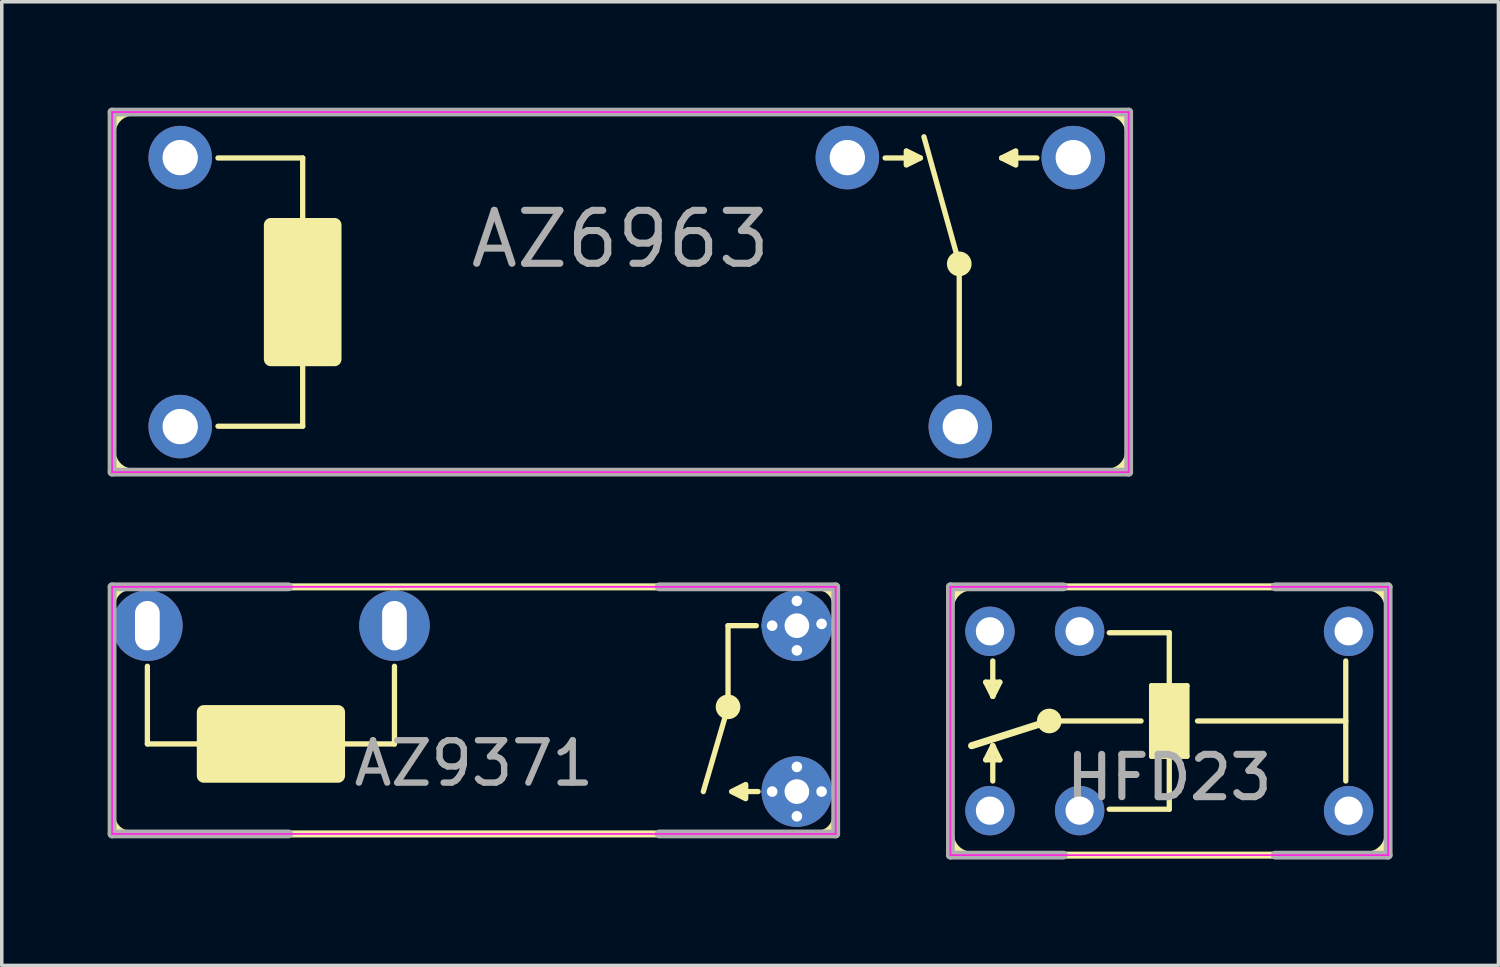
<source format=kicad_pcb>
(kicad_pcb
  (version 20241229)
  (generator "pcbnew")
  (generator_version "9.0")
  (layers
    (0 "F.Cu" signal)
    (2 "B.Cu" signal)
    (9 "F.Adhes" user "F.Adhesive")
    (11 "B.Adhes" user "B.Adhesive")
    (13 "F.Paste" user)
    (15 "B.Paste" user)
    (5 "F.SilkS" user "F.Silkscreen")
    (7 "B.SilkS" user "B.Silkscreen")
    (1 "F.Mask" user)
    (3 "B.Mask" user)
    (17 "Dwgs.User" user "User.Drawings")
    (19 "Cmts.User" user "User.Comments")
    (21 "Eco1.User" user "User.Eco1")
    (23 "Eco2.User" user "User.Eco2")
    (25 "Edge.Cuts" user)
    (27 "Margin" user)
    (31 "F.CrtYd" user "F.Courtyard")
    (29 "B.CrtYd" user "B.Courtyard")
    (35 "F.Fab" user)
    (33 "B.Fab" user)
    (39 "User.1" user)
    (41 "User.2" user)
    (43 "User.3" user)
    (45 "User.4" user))
  (footprint "AZ6963"
    (layer "F.Cu")
    (at 14.525 5.225)
    (property "Reference" "AZ6963" (at 0 -1.5 180) (layer "F.Fab") (effects (font (size 1.5 1.5) (thickness 0.2))))
    (attr through_hole)
    (fp_line (start -14.4 4.5) (end -14.4 -4.5) (stroke (width 0.2) (type solid)) (layer "F.SilkS"))
    (fp_line (start -13.8 5.1) (end 13.8 5.1) (stroke (width 0.2) (type solid)) (layer "F.SilkS"))
    (fp_line (start -11.4 -3.8) (end -9 -3.8) (stroke (width 0.15) (type solid)) (layer "F.SilkS"))
    (fp_line (start -11.4 3.8) (end -9 3.8) (stroke (width 0.15) (type solid)) (layer "F.SilkS"))
    (fp_line (start -9 -3.8) (end -9 3.8) (stroke (width 0.15) (type solid)) (layer "F.SilkS"))
    (fp_line (start 7.5 -3.8) (end 8.5 -3.8) (stroke (width 0.15) (type solid)) (layer "F.SilkS"))
    (fp_line (start 8.6 -4.4) (end 9.6 -0.8) (stroke (width 0.15) (type solid)) (layer "F.SilkS"))
    (fp_line (start 9.6 -0.8) (end 9.6 2.6) (stroke (width 0.15) (type solid)) (layer "F.SilkS"))
    (fp_line (start 11.8 -3.8) (end 10.8 -3.8) (stroke (width 0.15) (type solid)) (layer "F.SilkS"))
    (fp_line (start 13.8 -5.1) (end -13.8 -5.1) (stroke (width 0.2) (type solid)) (layer "F.SilkS"))
    (fp_line (start 14.4 4.5) (end 14.4 -4.5) (stroke (width 0.2) (type solid)) (layer "F.SilkS"))
    (fp_arc (start -14.4 -4.5) (mid -14.224264 -4.924264) (end -13.8 -5.1) (stroke (width 0.2) (type solid)) (layer "F.SilkS"))
    (fp_arc (start -13.8 5.1) (mid -14.224264 4.924264) (end -14.4 4.5) (stroke (width 0.2) (type solid)) (layer "F.SilkS"))
    (fp_arc (start 13.8 -5.1) (mid 14.224264 -4.924264) (end 14.4 -4.5) (stroke (width 0.2) (type solid)) (layer "F.SilkS"))
    (fp_arc (start 14.4 4.5) (mid 14.224264 4.924264) (end 13.8 5.1) (stroke (width 0.2) (type solid)) (layer "F.SilkS"))
    (fp_circle (center 9.6 -0.8) (end 9.8 -0.8) (stroke (width 0.3) (type solid)) (fill no) (layer "F.SilkS"))
    (fp_poly (pts (xy 8.5 -3.8) (xy 8.1 -3.6) (xy 8.1 -4)) (stroke (width 0.15) (type solid)) (fill yes) (layer "F.SilkS"))
    (fp_poly (pts (xy 10.8 -3.8) (xy 11.2 -4) (xy 11.2 -3.6)) (stroke (width 0.15) (type solid)) (fill yes) (layer "F.SilkS"))
    (fp_poly (pts (xy -8.1 1.9) (xy -9.9 1.9) (xy -9.9 -1.9) (xy -8.1 -1.9)) (stroke (width 0.4) (type solid)) (fill yes) (layer "F.SilkS"))
    (fp_line (start -14.4 -5.1) (end -14.4 5.1) (stroke (width 0.05) (type solid)) (layer "F.CrtYd"))
    (fp_line (start -14.4 -5.1) (end 14.4 -5.1) (stroke (width 0.05) (type solid)) (layer "F.CrtYd"))
    (fp_line (start -14.4 5.1) (end 14.4 5.1) (stroke (width 0.05) (type solid)) (layer "F.CrtYd"))
    (fp_line (start 14.4 -5.1) (end 14.4 5.1) (stroke (width 0.05) (type solid)) (layer "F.CrtYd"))
    (fp_line (start -14.4 -5.1) (end 14.4 -5.1) (stroke (width 0.25) (type solid)) (layer "F.Fab"))
    (fp_line (start -14.4 5.1) (end -14.4 -5.1) (stroke (width 0.25) (type solid)) (layer "F.Fab"))
    (fp_line (start -14.4 5.1) (end 14.4 5.1) (stroke (width 0.25) (type solid)) (layer "F.Fab"))
    (fp_line (start 14.4 5.1) (end 14.4 -5.1) (stroke (width 0.25) (type solid)) (layer "F.Fab"))
    (pad "1" thru_hole circle (at -12.47 -3.81) (size 1.8 1.8) (drill 1) (layers "*.Cu" "*.Mask"))
    (pad "2" thru_hole circle (at -12.47 3.81) (size 1.8 1.8) (drill 1) (layers "*.Cu" "*.Mask"))
    (pad "3" thru_hole circle (at 9.63 3.81) (size 1.8 1.8) (drill 1) (layers "*.Cu" "*.Mask"))
    (pad "4" thru_hole circle (at 12.83 -3.81) (size 1.8 1.8) (drill 1) (layers "*.Cu" "*.Mask"))
    (pad "5" thru_hole circle (at 6.43 -3.81) (size 1.8 1.8) (drill 1) (layers "*.Cu" "*.Mask")))
  (footprint "HFD23"
    (layer "F.Cu")
    (at 30.075 17.375)
    (property "Reference" "HFD23" (at 0 1.6 180) (layer "F.Fab") (effects (font (size 1.2 1.2) (thickness 0.2))))
    (attr through_hole)
    (fp_line (start -6.2 -3.2) (end -6.2 3.2) (stroke (width 0.2) (type solid)) (layer "F.SilkS"))
    (fp_line (start -5.6 0.7) (end -3.4 0) (stroke (width 0.2) (type solid)) (layer "F.SilkS"))
    (fp_line (start -5.6 3.8) (end 5.6 3.8) (stroke (width 0.2) (type solid)) (layer "F.SilkS"))
    (fp_line (start -5.2 -1.1) (end -5 -0.7) (stroke (width 0.15) (type solid)) (layer "F.SilkS"))
    (fp_line (start -5.2 1.1) (end -4.8 1.1) (stroke (width 0.15) (type solid)) (layer "F.SilkS"))
    (fp_line (start -5 -1.7) (end -5 -0.7) (stroke (width 0.15) (type solid)) (layer "F.SilkS"))
    (fp_line (start -5 -0.7) (end -4.8 -1.1) (stroke (width 0.15) (type solid)) (layer "F.SilkS"))
    (fp_line (start -5 0.7) (end -5.2 1.1) (stroke (width 0.15) (type solid)) (layer "F.SilkS"))
    (fp_line (start -5 1.7) (end -5 0.7) (stroke (width 0.15) (type solid)) (layer "F.SilkS"))
    (fp_line (start -4.8 -1.1) (end -5.2 -1.1) (stroke (width 0.15) (type solid)) (layer "F.SilkS"))
    (fp_line (start -4.8 1.1) (end -5 0.7) (stroke (width 0.15) (type solid)) (layer "F.SilkS"))
    (fp_line (start -3.4 0) (end -0.8 0) (stroke (width 0.15) (type solid)) (layer "F.SilkS"))
    (fp_line (start -1.7 -2.5) (end 0 -2.5) (stroke (width 0.15) (type solid)) (layer "F.SilkS"))
    (fp_line (start -1.7 2.5) (end 0 2.5) (stroke (width 0.15) (type solid)) (layer "F.SilkS"))
    (fp_line (start -0.5 -1) (end -0.5 1) (stroke (width 0.15) (type solid)) (layer "F.SilkS"))
    (fp_line (start -0.5 1) (end 0.5 1) (stroke (width 0.15) (type solid)) (layer "F.SilkS"))
    (fp_line (start -0.4 -0.2) (end -0.4 0.2) (stroke (width 0.15) (type solid)) (layer "F.SilkS"))
    (fp_line (start -0.2 -0.7) (end 0.2 0.7) (stroke (width 0.7) (type solid)) (layer "F.SilkS"))
    (fp_line (start -0.2 0.7) (end 0.2 -0.7) (stroke (width 0.7) (type solid)) (layer "F.SilkS"))
    (fp_line (start 0 -2.5) (end 0 -1) (stroke (width 0.15) (type solid)) (layer "F.SilkS"))
    (fp_line (start 0 2.5) (end 0 1) (stroke (width 0.15) (type solid)) (layer "F.SilkS"))
    (fp_line (start 0.4 -0.2) (end 0.4 0.2) (stroke (width 0.15) (type solid)) (layer "F.SilkS"))
    (fp_line (start 0.5 -1) (end -0.5 -1) (stroke (width 0.15) (type solid)) (layer "F.SilkS"))
    (fp_line (start 0.5 1) (end 0.5 -1) (stroke (width 0.15) (type solid)) (layer "F.SilkS"))
    (fp_line (start 0.8 0) (end 5 0) (stroke (width 0.15) (type solid)) (layer "F.SilkS"))
    (fp_line (start 5 -1.7) (end 5 1.7) (stroke (width 0.15) (type solid)) (layer "F.SilkS"))
    (fp_line (start 5.6 -3.8) (end -5.6 -3.8) (stroke (width 0.2) (type solid)) (layer "F.SilkS"))
    (fp_line (start 6.2 3.2) (end 6.2 -3.2) (stroke (width 0.2) (type solid)) (layer "F.SilkS"))
    (fp_arc (start -6.2 -3.2) (mid -6.024264 -3.624264) (end -5.6 -3.8) (stroke (width 0.2) (type solid)) (layer "F.SilkS"))
    (fp_arc (start -5.6 3.8) (mid -6.024264 3.624264) (end -6.2 3.2) (stroke (width 0.2) (type solid)) (layer "F.SilkS"))
    (fp_arc (start 5.6 -3.8) (mid 6.024264 -3.624264) (end 6.2 -3.2) (stroke (width 0.2) (type solid)) (layer "F.SilkS"))
    (fp_arc (start 6.2 3.2) (mid 6.024264 3.624264) (end 5.6 3.8) (stroke (width 0.2) (type solid)) (layer "F.SilkS"))
    (fp_circle (center -3.4 0) (end -3.2 0) (stroke (width 0.3) (type solid)) (fill no) (layer "F.SilkS"))
    (fp_line (start -6.2 -3.8) (end 6.2 -3.8) (stroke (width 0.05) (type solid)) (layer "F.CrtYd"))
    (fp_line (start -6.2 3.8) (end -6.2 -3.8) (stroke (width 0.05) (type solid)) (layer "F.CrtYd"))
    (fp_line (start 6.2 -3.8) (end 6.2 3.8) (stroke (width 0.05) (type solid)) (layer "F.CrtYd"))
    (fp_line (start 6.2 3.8) (end -6.2 3.8) (stroke (width 0.05) (type solid)) (layer "F.CrtYd"))
    (fp_line (start -6.2 -3.8) (end -6.2 3.8) (stroke (width 0.25) (type solid)) (layer "F.Fab"))
    (fp_line (start -6.2 -3.8) (end -3 -3.8) (stroke (width 0.25) (type solid)) (layer "F.Fab"))
    (fp_line (start -6.2 3.8) (end -3 3.8) (stroke (width 0.25) (type solid)) (layer "F.Fab"))
    (fp_line (start 3 3.8) (end 6.2 3.8) (stroke (width 0.25) (type solid)) (layer "F.Fab"))
    (fp_line (start 6.2 -3.8) (end 3 -3.8) (stroke (width 0.25) (type solid)) (layer "F.Fab"))
    (fp_line (start 6.2 3.8) (end 6.2 -3.8) (stroke (width 0.25) (type solid)) (layer "F.Fab"))
    (pad "1" thru_hole circle (at -2.54 -2.54) (size 1.4 1.4) (drill 0.8) (layers "*.Cu" "*.Mask"))
    (pad "2" thru_hole circle (at -2.54 2.54) (size 1.4 1.4) (drill 0.8) (layers "*.Cu" "*.Mask"))
    (pad "3" thru_hole circle (at 5.08 -2.54) (size 1.4 1.4) (drill 0.8) (layers "*.Cu" "*.Mask"))
    (pad "3" thru_hole circle (at 5.08 2.54) (size 1.4 1.4) (drill 0.8) (layers "*.Cu" "*.Mask"))
    (pad "4" thru_hole circle (at -5.08 -2.54) (size 1.4 1.4) (drill 0.8) (layers "*.Cu" "*.Mask"))
    (pad "5" thru_hole circle (at -5.08 2.54) (size 1.4 1.4) (drill 0.8) (layers "*.Cu" "*.Mask")))
  (footprint "AZ9371"
    (layer "F.Cu")
    (at 10.375 17.075)
    (property "Reference" "AZ9371" (at 0 1.5 180) (layer "F.Fab") (effects (font (size 1.2 1.2) (thickness 0.18))))
    (attr through_hole)
    (fp_line (start -10.25 3) (end -10.25 -3) (stroke (width 0.2) (type solid)) (layer "F.SilkS"))
    (fp_line (start -9.75 -3.5) (end 9.75 -3.5) (stroke (width 0.2) (type solid)) (layer "F.SilkS"))
    (fp_line (start -9.75 3.5) (end 9.75 3.5) (stroke (width 0.2) (type solid)) (layer "F.SilkS"))
    (fp_line (start -9.25 -1.25) (end -9.25 0.95) (stroke (width 0.15) (type solid)) (layer "F.SilkS"))
    (fp_line (start -2.25 -1.25) (end -2.25 0.95) (stroke (width 0.15) (type solid)) (layer "F.SilkS"))
    (fp_line (start -2.25 0.95) (end -9.25 0.95) (stroke (width 0.15) (type solid)) (layer "F.SilkS"))
    (fp_line (start 6.5 2.3) (end 7.2 -0.1) (stroke (width 0.15) (type solid)) (layer "F.SilkS"))
    (fp_line (start 7.2 -2.4) (end 8 -2.4) (stroke (width 0.15) (type solid)) (layer "F.SilkS"))
    (fp_line (start 7.2 -0.1) (end 7.2 -2.4) (stroke (width 0.15) (type solid)) (layer "F.SilkS"))
    (fp_line (start 8.05 2.3) (end 7.4 2.3) (stroke (width 0.15) (type solid)) (layer "F.SilkS"))
    (fp_line (start 10.25 3) (end 10.25 -3) (stroke (width 0.2) (type solid)) (layer "F.SilkS"))
    (fp_arc (start -10.25 -3) (mid -10.103553 -3.353553) (end -9.75 -3.5) (stroke (width 0.2) (type solid)) (layer "F.SilkS"))
    (fp_arc (start -9.75 3.5) (mid -10.103553 3.353553) (end -10.25 3) (stroke (width 0.2) (type solid)) (layer "F.SilkS"))
    (fp_arc (start 9.75 -3.5) (mid 10.103553 -3.353553) (end 10.25 -3) (stroke (width 0.2) (type solid)) (layer "F.SilkS"))
    (fp_arc (start 10.25 3) (mid 10.103553 3.353553) (end 9.75 3.5) (stroke (width 0.2) (type solid)) (layer "F.SilkS"))
    (fp_circle (center 7.2 -0.1) (end 7.4 -0.1) (stroke (width 0.3) (type solid)) (fill no) (layer "F.SilkS"))
    (fp_poly (pts (xy 7.3 2.3) (xy 7.7 2.5) (xy 7.7 2.1)) (stroke (width 0.15) (type solid)) (fill yes) (layer "F.SilkS"))
    (fp_poly (pts (xy -7.65 1.85) (xy -7.65 0.05) (xy -3.85 0.05) (xy -3.85 1.85)) (stroke (width 0.4) (type solid)) (fill yes) (layer "F.SilkS"))
    (fp_line (start -10.25 -3.5) (end -10.25 3.5) (stroke (width 0.05) (type solid)) (layer "F.CrtYd"))
    (fp_line (start -10.25 -3.5) (end 10.25 -3.5) (stroke (width 0.05) (type solid)) (layer "F.CrtYd"))
    (fp_line (start -10.25 3.5) (end 10.25 3.5) (stroke (width 0.05) (type solid)) (layer "F.CrtYd"))
    (fp_line (start 10.25 -3.5) (end 10.25 3.5) (stroke (width 0.05) (type solid)) (layer "F.CrtYd"))
    (fp_line (start -10.25 3.5) (end -10.25 -3.5) (stroke (width 0.25) (type solid)) (layer "F.Fab"))
    (fp_line (start -5.25 -3.5) (end -10.25 -3.5) (stroke (width 0.25) (type solid)) (layer "F.Fab"))
    (fp_line (start -5.25 3.5) (end -10.25 3.5) (stroke (width 0.25) (type solid)) (layer "F.Fab"))
    (fp_line (start 10.25 -3.5) (end 5.25 -3.5) (stroke (width 0.25) (type solid)) (layer "F.Fab"))
    (fp_line (start 10.25 3.5) (end 5.25 3.5) (stroke (width 0.25) (type solid)) (layer "F.Fab"))
    (fp_line (start 10.25 3.5) (end 10.25 -3.5) (stroke (width 0.25) (type solid)) (layer "F.Fab"))
    (pad "1" thru_hole circle (at -9.25 -2.4) (size 2 2) (drill oval 0.7 1.4) (layers "*.Cu" "*.Mask"))
    (pad "2" thru_hole circle (at -2.25 -2.4) (size 2 2) (drill oval 0.7 1.4) (layers "*.Cu" "*.Mask"))
    (pad "3" thru_hole circle (at 8.45 -2.4) (size 0.6 0.6) (drill 0.3) (layers "*.Cu" "*.Mask"))
    (pad "3" thru_hole circle (at 9.15 -3.1) (size 0.6 0.6) (drill 0.3) (layers "*.Cu" "*.Mask"))
    (pad "3" thru_hole circle (at 9.15 -2.4) (size 2 2) (drill 0.7) (layers "*.Cu" "*.Mask"))
    (pad "3" thru_hole circle (at 9.15 -1.7) (size 0.6 0.6) (drill 0.3) (layers "*.Cu" "*.Mask"))
    (pad "3" thru_hole circle (at 9.85 -2.45) (size 0.6 0.6) (drill 0.3) (layers "*.Cu" "*.Mask"))
    (pad "4" thru_hole circle (at 8.45 2.3) (size 0.6 0.6) (drill 0.3) (layers "*.Cu" "*.Mask"))
    (pad "4" thru_hole circle (at 9.15 1.6) (size 0.6 0.6) (drill 0.3) (layers "*.Cu" "*.Mask"))
    (pad "4" thru_hole circle (at 9.15 2.3) (size 2 2) (drill 0.7) (layers "*.Cu" "*.Mask"))
    (pad "4" thru_hole circle (at 9.15 3) (size 0.6 0.6) (drill 0.3) (layers "*.Cu" "*.Mask"))
    (pad "4" thru_hole circle (at 9.85 2.3) (size 0.6 0.6) (drill 0.3) (layers "*.Cu" "*.Mask")))
  (gr_rect
    (start -3 -3)
    (end 39.4 24.3)
    (stroke (width 0.1) (type default))
    (fill no)
    (layer "Edge.Cuts")))
</source>
